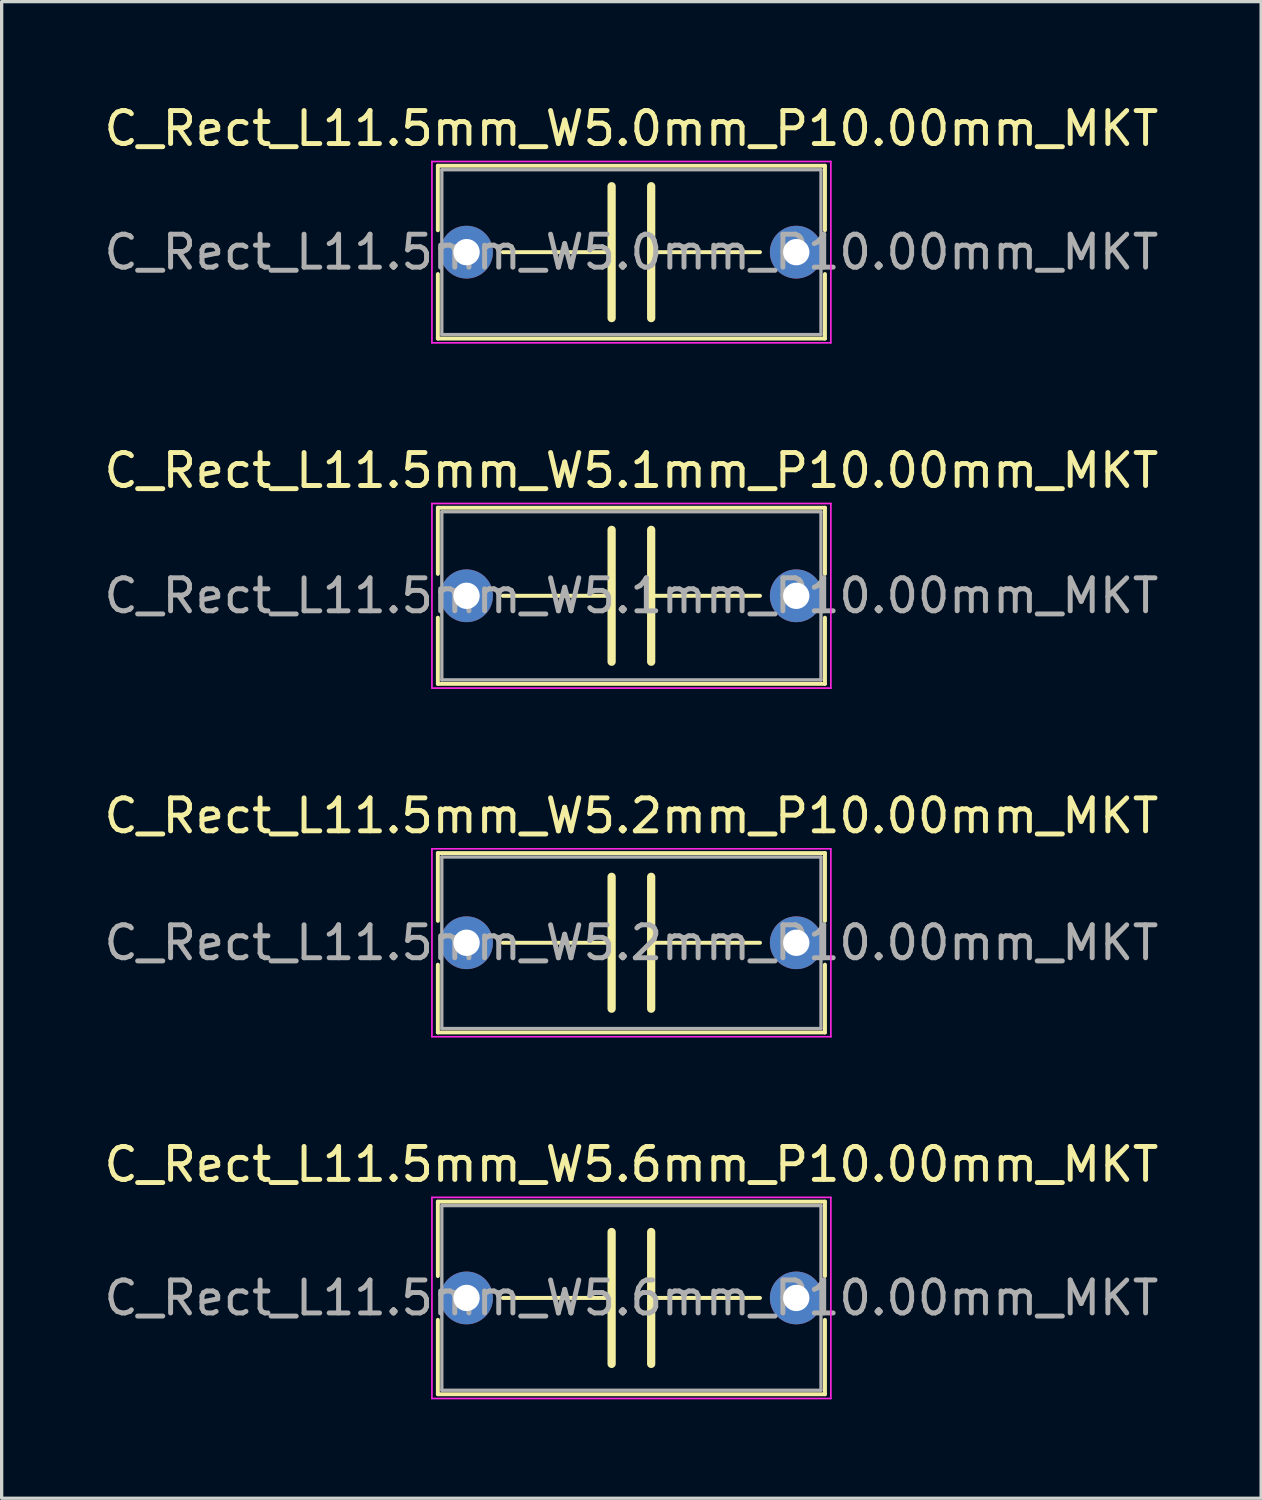
<source format=kicad_pcb>
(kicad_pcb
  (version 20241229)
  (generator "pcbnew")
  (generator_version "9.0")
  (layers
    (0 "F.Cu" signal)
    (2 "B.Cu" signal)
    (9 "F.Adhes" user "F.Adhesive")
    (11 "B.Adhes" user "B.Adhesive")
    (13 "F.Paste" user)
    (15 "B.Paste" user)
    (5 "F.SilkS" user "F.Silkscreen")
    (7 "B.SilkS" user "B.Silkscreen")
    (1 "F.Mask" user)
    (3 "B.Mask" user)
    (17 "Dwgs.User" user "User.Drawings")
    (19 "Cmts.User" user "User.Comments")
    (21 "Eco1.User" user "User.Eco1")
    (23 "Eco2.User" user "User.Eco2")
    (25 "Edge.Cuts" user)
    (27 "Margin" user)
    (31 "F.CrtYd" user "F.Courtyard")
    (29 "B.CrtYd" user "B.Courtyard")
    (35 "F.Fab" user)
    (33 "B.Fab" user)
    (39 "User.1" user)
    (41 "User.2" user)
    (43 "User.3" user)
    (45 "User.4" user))
  (footprint "C_Rect_L11.5mm_W5.2mm_P10.00mm_MKT"
    (layer "F.Cu")
    (at 11.101 25.545)
    (property "Reference" "C_Rect_L11.5mm_W5.2mm_P10.00mm_MKT" (at 5 -3.85 0) (layer "F.SilkS") (effects (font (size 1 1) (thickness 0.15))))
    (attr through_hole)
    (fp_line (start -0.87 -2.72) (end -0.87 -0.665) (stroke (width 0.12) (type solid)) (layer "F.SilkS"))
    (fp_line (start -0.87 -2.72) (end 10.87 -2.72) (stroke (width 0.12) (type solid)) (layer "F.SilkS"))
    (fp_line (start -0.87 0.665) (end -0.87 2.72) (stroke (width 0.12) (type solid)) (layer "F.SilkS"))
    (fp_line (start -0.87 2.72) (end 10.87 2.72) (stroke (width 0.12) (type solid)) (layer "F.SilkS"))
    (fp_line (start 1.1 0) (end 4.4 0) (stroke (width 0.12) (type solid)) (layer "F.SilkS"))
    (fp_line (start 4.4 2) (end 4.4 -2) (stroke (width 0.25) (type solid)) (layer "F.SilkS"))
    (fp_line (start 5.6 2) (end 5.6 -2) (stroke (width 0.25) (type solid)) (layer "F.SilkS"))
    (fp_line (start 8.9 0) (end 5.6 0) (stroke (width 0.12) (type solid)) (layer "F.SilkS"))
    (fp_line (start 10.87 -2.72) (end 10.87 -0.665) (stroke (width 0.12) (type solid)) (layer "F.SilkS"))
    (fp_line (start 10.87 0.665) (end 10.87 2.72) (stroke (width 0.12) (type solid)) (layer "F.SilkS"))
    (fp_line (start -1.05 -2.85) (end -1.05 2.85) (stroke (width 0.05) (type solid)) (layer "F.CrtYd"))
    (fp_line (start -1.05 2.85) (end 11.05 2.85) (stroke (width 0.05) (type solid)) (layer "F.CrtYd"))
    (fp_line (start 11.05 -2.85) (end -1.05 -2.85) (stroke (width 0.05) (type solid)) (layer "F.CrtYd"))
    (fp_line (start 11.05 2.85) (end 11.05 -2.85) (stroke (width 0.05) (type solid)) (layer "F.CrtYd"))
    (fp_line (start -0.75 -2.6) (end -0.75 2.6) (stroke (width 0.1) (type solid)) (layer "F.Fab"))
    (fp_line (start -0.75 2.6) (end 10.75 2.6) (stroke (width 0.1) (type solid)) (layer "F.Fab"))
    (fp_line (start 10.75 -2.6) (end -0.75 -2.6) (stroke (width 0.1) (type solid)) (layer "F.Fab"))
    (fp_line (start 10.75 2.6) (end 10.75 -2.6) (stroke (width 0.1) (type solid)) (layer "F.Fab"))
    (fp_text user "${REFERENCE}" (at 5 0 0) (layer "F.Fab") (effects (font (size 1 1) (thickness 0.15))))
    (pad "1" thru_hole circle (at 0 0) (size 1.6 1.6) (drill 0.8) (layers "*.Cu" "*.Mask"))
    (pad "2" thru_hole circle (at 10 0) (size 1.6 1.6) (drill 0.8) (layers "*.Cu" "*.Mask")))
  (footprint "C_Rect_L11.5mm_W5.0mm_P10.00mm_MKT"
    (layer "F.Cu")
    (at 11.101 4.598)
    (property "Reference" "C_Rect_L11.5mm_W5.0mm_P10.00mm_MKT" (at 5 -3.75 0) (layer "F.SilkS") (effects (font (size 1 1) (thickness 0.15))))
    (attr through_hole)
    (fp_line (start -0.87 -2.62) (end -0.87 -0.665) (stroke (width 0.12) (type solid)) (layer "F.SilkS"))
    (fp_line (start -0.87 -2.62) (end 10.87 -2.62) (stroke (width 0.12) (type solid)) (layer "F.SilkS"))
    (fp_line (start -0.87 0.665) (end -0.87 2.62) (stroke (width 0.12) (type solid)) (layer "F.SilkS"))
    (fp_line (start -0.87 2.62) (end 10.87 2.62) (stroke (width 0.12) (type solid)) (layer "F.SilkS"))
    (fp_line (start 1.1 0) (end 4.4 0) (stroke (width 0.12) (type solid)) (layer "F.SilkS"))
    (fp_line (start 4.4 2) (end 4.4 -2) (stroke (width 0.25) (type solid)) (layer "F.SilkS"))
    (fp_line (start 5.6 2) (end 5.6 -2) (stroke (width 0.25) (type solid)) (layer "F.SilkS"))
    (fp_line (start 8.9 0) (end 5.6 0) (stroke (width 0.12) (type solid)) (layer "F.SilkS"))
    (fp_line (start 10.87 -2.62) (end 10.87 -0.665) (stroke (width 0.12) (type solid)) (layer "F.SilkS"))
    (fp_line (start 10.87 0.665) (end 10.87 2.62) (stroke (width 0.12) (type solid)) (layer "F.SilkS"))
    (fp_line (start -1.05 -2.75) (end -1.05 2.75) (stroke (width 0.05) (type solid)) (layer "F.CrtYd"))
    (fp_line (start -1.05 2.75) (end 11.05 2.75) (stroke (width 0.05) (type solid)) (layer "F.CrtYd"))
    (fp_line (start 11.05 -2.75) (end -1.05 -2.75) (stroke (width 0.05) (type solid)) (layer "F.CrtYd"))
    (fp_line (start 11.05 2.75) (end 11.05 -2.75) (stroke (width 0.05) (type solid)) (layer "F.CrtYd"))
    (fp_line (start -0.75 -2.5) (end -0.75 2.5) (stroke (width 0.1) (type solid)) (layer "F.Fab"))
    (fp_line (start -0.75 2.5) (end 10.75 2.5) (stroke (width 0.1) (type solid)) (layer "F.Fab"))
    (fp_line (start 10.75 -2.5) (end -0.75 -2.5) (stroke (width 0.1) (type solid)) (layer "F.Fab"))
    (fp_line (start 10.75 2.5) (end 10.75 -2.5) (stroke (width 0.1) (type solid)) (layer "F.Fab"))
    (fp_text user "${REFERENCE}" (at 5 0 0) (layer "F.Fab") (effects (font (size 1 1) (thickness 0.15))))
    (pad "1" thru_hole circle (at 0 0) (size 1.6 1.6) (drill 0.8) (layers "*.Cu" "*.Mask"))
    (pad "2" thru_hole circle (at 10 0) (size 1.6 1.6) (drill 0.8) (layers "*.Cu" "*.Mask")))
  (footprint "C_Rect_L11.5mm_W5.1mm_P10.00mm_MKT"
    (layer "F.Cu")
    (at 11.101 15.021)
    (property "Reference" "C_Rect_L11.5mm_W5.1mm_P10.00mm_MKT" (at 5 -3.8 0) (layer "F.SilkS") (effects (font (size 1 1) (thickness 0.15))))
    (attr through_hole)
    (fp_line (start -0.87 -2.67) (end -0.87 -0.665) (stroke (width 0.12) (type solid)) (layer "F.SilkS"))
    (fp_line (start -0.87 -2.67) (end 10.87 -2.67) (stroke (width 0.12) (type solid)) (layer "F.SilkS"))
    (fp_line (start -0.87 0.665) (end -0.87 2.67) (stroke (width 0.12) (type solid)) (layer "F.SilkS"))
    (fp_line (start -0.87 2.67) (end 10.87 2.67) (stroke (width 0.12) (type solid)) (layer "F.SilkS"))
    (fp_line (start 1.1 0) (end 4.4 0) (stroke (width 0.12) (type solid)) (layer "F.SilkS"))
    (fp_line (start 4.4 2) (end 4.4 -2) (stroke (width 0.25) (type solid)) (layer "F.SilkS"))
    (fp_line (start 5.6 2) (end 5.6 -2) (stroke (width 0.25) (type solid)) (layer "F.SilkS"))
    (fp_line (start 8.9 0) (end 5.6 0) (stroke (width 0.12) (type solid)) (layer "F.SilkS"))
    (fp_line (start 10.87 -2.67) (end 10.87 -0.665) (stroke (width 0.12) (type solid)) (layer "F.SilkS"))
    (fp_line (start 10.87 0.665) (end 10.87 2.67) (stroke (width 0.12) (type solid)) (layer "F.SilkS"))
    (fp_line (start -1.05 -2.8) (end -1.05 2.8) (stroke (width 0.05) (type solid)) (layer "F.CrtYd"))
    (fp_line (start -1.05 2.8) (end 11.05 2.8) (stroke (width 0.05) (type solid)) (layer "F.CrtYd"))
    (fp_line (start 11.05 -2.8) (end -1.05 -2.8) (stroke (width 0.05) (type solid)) (layer "F.CrtYd"))
    (fp_line (start 11.05 2.8) (end 11.05 -2.8) (stroke (width 0.05) (type solid)) (layer "F.CrtYd"))
    (fp_line (start -0.75 -2.55) (end -0.75 2.55) (stroke (width 0.1) (type solid)) (layer "F.Fab"))
    (fp_line (start -0.75 2.55) (end 10.75 2.55) (stroke (width 0.1) (type solid)) (layer "F.Fab"))
    (fp_line (start 10.75 -2.55) (end -0.75 -2.55) (stroke (width 0.1) (type solid)) (layer "F.Fab"))
    (fp_line (start 10.75 2.55) (end 10.75 -2.55) (stroke (width 0.1) (type solid)) (layer "F.Fab"))
    (fp_text user "${REFERENCE}" (at 5 0 0) (layer "F.Fab") (effects (font (size 1 1) (thickness 0.15))))
    (pad "1" thru_hole circle (at 0 0) (size 1.6 1.6) (drill 0.8) (layers "*.Cu" "*.Mask"))
    (pad "2" thru_hole circle (at 10 0) (size 1.6 1.6) (drill 0.8) (layers "*.Cu" "*.Mask")))
  (footprint "C_Rect_L11.5mm_W5.6mm_P10.00mm_MKT"
    (layer "F.Cu")
    (at 11.101 36.318)
    (property "Reference" "C_Rect_L11.5mm_W5.6mm_P10.00mm_MKT" (at 5 -4.05 0) (layer "F.SilkS") (effects (font (size 1 1) (thickness 0.15))))
    (attr through_hole)
    (fp_line (start -0.87 -2.92) (end -0.87 -0.665) (stroke (width 0.12) (type solid)) (layer "F.SilkS"))
    (fp_line (start -0.87 -2.92) (end 10.87 -2.92) (stroke (width 0.12) (type solid)) (layer "F.SilkS"))
    (fp_line (start -0.87 0.665) (end -0.87 2.92) (stroke (width 0.12) (type solid)) (layer "F.SilkS"))
    (fp_line (start -0.87 2.92) (end 10.87 2.92) (stroke (width 0.12) (type solid)) (layer "F.SilkS"))
    (fp_line (start 1.1 0) (end 4.4 0) (stroke (width 0.12) (type solid)) (layer "F.SilkS"))
    (fp_line (start 4.4 2) (end 4.4 -2) (stroke (width 0.25) (type solid)) (layer "F.SilkS"))
    (fp_line (start 5.6 2) (end 5.6 -2) (stroke (width 0.25) (type solid)) (layer "F.SilkS"))
    (fp_line (start 8.9 0) (end 5.6 0) (stroke (width 0.12) (type solid)) (layer "F.SilkS"))
    (fp_line (start 10.87 -2.92) (end 10.87 -0.665) (stroke (width 0.12) (type solid)) (layer "F.SilkS"))
    (fp_line (start 10.87 0.665) (end 10.87 2.92) (stroke (width 0.12) (type solid)) (layer "F.SilkS"))
    (fp_line (start -1.05 -3.05) (end -1.05 3.05) (stroke (width 0.05) (type solid)) (layer "F.CrtYd"))
    (fp_line (start -1.05 3.05) (end 11.05 3.05) (stroke (width 0.05) (type solid)) (layer "F.CrtYd"))
    (fp_line (start 11.05 -3.05) (end -1.05 -3.05) (stroke (width 0.05) (type solid)) (layer "F.CrtYd"))
    (fp_line (start 11.05 3.05) (end 11.05 -3.05) (stroke (width 0.05) (type solid)) (layer "F.CrtYd"))
    (fp_line (start -0.75 -2.8) (end -0.75 2.8) (stroke (width 0.1) (type solid)) (layer "F.Fab"))
    (fp_line (start -0.75 2.8) (end 10.75 2.8) (stroke (width 0.1) (type solid)) (layer "F.Fab"))
    (fp_line (start 10.75 -2.8) (end -0.75 -2.8) (stroke (width 0.1) (type solid)) (layer "F.Fab"))
    (fp_line (start 10.75 2.8) (end 10.75 -2.8) (stroke (width 0.1) (type solid)) (layer "F.Fab"))
    (fp_text user "${REFERENCE}" (at 5 0 0) (layer "F.Fab") (effects (font (size 1 1) (thickness 0.15))))
    (pad "1" thru_hole circle (at 0 0) (size 1.6 1.6) (drill 0.8) (layers "*.Cu" "*.Mask"))
    (pad "2" thru_hole circle (at 10 0) (size 1.6 1.6) (drill 0.8) (layers "*.Cu" "*.Mask")))
  (gr_rect
    (start -3 -3)
    (end 35.202 42.393)
    (stroke (width 0.1) (type default))
    (fill no)
    (layer "Edge.Cuts")))
</source>
